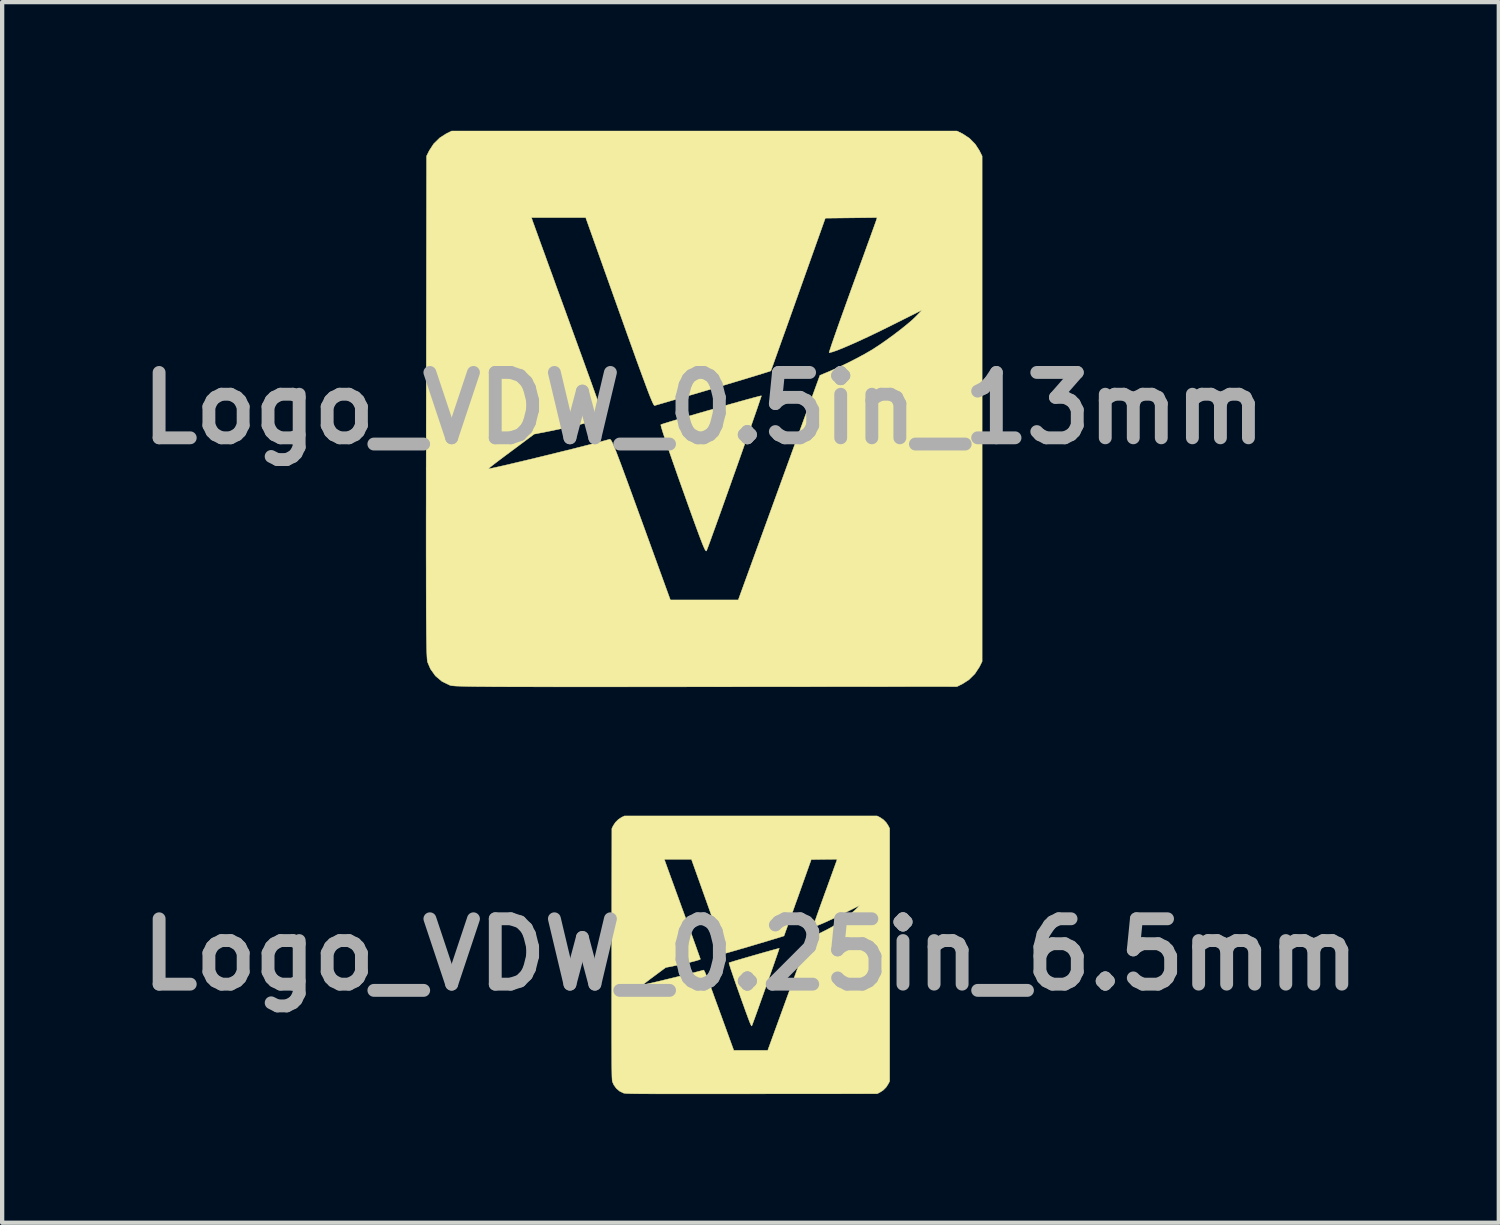
<source format=kicad_pcb>
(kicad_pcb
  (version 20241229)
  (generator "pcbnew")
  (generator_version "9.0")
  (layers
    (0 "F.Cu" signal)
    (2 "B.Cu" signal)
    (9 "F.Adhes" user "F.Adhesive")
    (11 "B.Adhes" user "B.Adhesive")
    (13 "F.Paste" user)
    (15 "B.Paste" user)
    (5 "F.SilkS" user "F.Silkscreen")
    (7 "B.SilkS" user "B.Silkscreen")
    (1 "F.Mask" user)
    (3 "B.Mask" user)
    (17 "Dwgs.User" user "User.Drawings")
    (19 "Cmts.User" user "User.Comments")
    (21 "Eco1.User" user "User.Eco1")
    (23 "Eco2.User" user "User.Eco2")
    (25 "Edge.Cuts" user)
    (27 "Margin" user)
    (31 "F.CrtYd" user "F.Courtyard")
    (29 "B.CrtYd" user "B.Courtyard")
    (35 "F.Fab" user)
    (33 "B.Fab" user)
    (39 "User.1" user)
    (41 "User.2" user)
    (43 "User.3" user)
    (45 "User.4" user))
  (footprint "Logo_VDW_0.5in_13mm"
    (layer "F.Cu")
    (at 13.36 6.469)
    (property "Reference" "Logo_VDW_0.5in_13mm" (at 0 0 0) (layer "F.Fab") (effects (font (size 1.524 1.524) (thickness 0.3))))
    (attr through_hole)
    (fp_poly (pts (xy 1.337 -0.266) (xy 1.314 -0.198) (xy 1.278 -0.091) (xy 1.23 0.05) (xy 1.17 0.221) (xy 1.102 0.417) (xy 1.026 0.634) (xy 0.944 0.867) (xy 0.858 1.112) (xy 0.769 1.364) (xy 0.678 1.619) (xy 0.589 1.871) (xy 0.501 2.118) (xy 0.417 2.354) (xy 0.338 2.574) (xy 0.266 2.775) (xy 0.202 2.951) (xy 0.149 3.099) (xy 0.107 3.213) (xy 0.078 3.289) (xy 0.065 3.322) (xy 0.057 3.329) (xy 0.046 3.323) (xy 0.031 3.301) (xy 0.01 3.259) (xy -0.018 3.194) (xy -0.054 3.103) (xy -0.1 2.983) (xy -0.156 2.831) (xy -0.225 2.643) (xy -0.307 2.416) (xy -0.403 2.147) (xy -0.494 1.892) (xy -0.6 1.595) (xy -0.695 1.323) (xy -0.78 1.08) (xy -0.852 0.869) (xy -0.911 0.692) (xy -0.957 0.552) (xy -0.987 0.452) (xy -1.001 0.396) (xy -1.001 0.383) (xy -0.973 0.372) (xy -0.902 0.349) (xy -0.794 0.316) (xy -0.656 0.274) (xy -0.491 0.226) (xy -0.308 0.172) (xy -0.11 0.114) (xy 0.095 0.055) (xy 0.302 -0.004) (xy 0.506 -0.063) (xy 0.7 -0.118) (xy 0.879 -0.168) (xy 1.037 -0.212) (xy 1.168 -0.247) (xy 1.267 -0.273) (xy 1.327 -0.288) (xy 1.344 -0.29) (xy 1.337 -0.266)) (stroke (width 0.01) (type solid)) (fill yes) (layer "F.SilkS"))
    (fp_poly (pts (xy 6.032 -6.401) (xy 6.192 -6.297) (xy 6.331 -6.156) (xy 6.427 -6.007) (xy 6.49 -5.88) (xy 6.49 5.905) (xy 6.427 6.032) (xy 6.322 6.192) (xy 6.182 6.331) (xy 6.032 6.427) (xy 5.905 6.49) (xy 0.051 6.495) (xy -0.597 6.496) (xy -1.196 6.496) (xy -1.748 6.496) (xy -2.255 6.497) (xy -2.719 6.497) (xy -3.141 6.497) (xy -3.525 6.496) (xy -3.871 6.496) (xy -4.182 6.495) (xy -4.46 6.495) (xy -4.706 6.494) (xy -4.923 6.493) (xy -5.112 6.491) (xy -5.275 6.49) (xy -5.415 6.488) (xy -5.533 6.486) (xy -5.631 6.483) (xy -5.711 6.48) (xy -5.775 6.478) (xy -5.825 6.474) (xy -5.863 6.471) (xy -5.891 6.467) (xy -5.91 6.462) (xy -5.918 6.46) (xy -6.104 6.37) (xy -6.257 6.241) (xy -6.373 6.078) (xy -6.437 5.929) (xy -6.442 5.912) (xy -6.446 5.889) (xy -6.45 5.856) (xy -6.453 5.813) (xy -6.456 5.758) (xy -6.459 5.688) (xy -6.462 5.602) (xy -6.464 5.498) (xy -6.466 5.373) (xy -6.468 5.226) (xy -6.469 5.055) (xy -6.471 4.858) (xy -6.472 4.633) (xy -6.472 4.378) (xy -6.473 4.091) (xy -6.473 3.77) (xy -6.474 3.413) (xy -6.474 3.018) (xy -6.474 2.584) (xy -6.473 2.108) (xy -6.473 1.588) (xy -6.473 1.411) (xy -5.023 1.411) (xy -4.996 1.409) (xy -4.925 1.395) (xy -4.816 1.371) (xy -4.673 1.339) (xy -4.502 1.299) (xy -4.308 1.253) (xy -4.097 1.203) (xy -3.873 1.149) (xy -3.643 1.093) (xy -3.412 1.036) (xy -3.184 0.98) (xy -2.965 0.925) (xy -2.761 0.873) (xy -2.576 0.826) (xy -2.416 0.784) (xy -2.287 0.749) (xy -2.197 0.724) (xy -2.186 0.724) (xy -2.175 0.732) (xy -2.16 0.751) (xy -2.141 0.784) (xy -2.117 0.834) (xy -2.087 0.905) (xy -2.049 0.998) (xy -2.003 1.118) (xy -1.946 1.268) (xy -1.879 1.449) (xy -1.799 1.666) (xy -1.705 1.922) (xy -1.597 2.219) (xy -1.473 2.56) (xy -1.462 2.589) (xy -0.779 4.47) (xy 0.804 4.47) (xy 1.756 1.852) (xy 2.708 -0.767) (xy 2.935 -0.862) (xy 3.135 -0.951) (xy 3.35 -1.053) (xy 3.566 -1.163) (xy 3.765 -1.271) (xy 3.934 -1.369) (xy 3.946 -1.377) (xy 4.099 -1.477) (xy 4.264 -1.592) (xy 4.433 -1.715) (xy 4.596 -1.839) (xy 4.743 -1.958) (xy 4.865 -2.062) (xy 4.94 -2.134) (xy 5.093 -2.291) (xy 4.293 -1.891) (xy 4.055 -1.774) (xy 3.826 -1.665) (xy 3.613 -1.566) (xy 3.418 -1.479) (xy 3.248 -1.406) (xy 3.108 -1.35) (xy 3.001 -1.313) (xy 2.933 -1.296) (xy 2.923 -1.295) (xy 2.928 -1.319) (xy 2.949 -1.385) (xy 2.984 -1.492) (xy 3.033 -1.634) (xy 3.094 -1.808) (xy 3.165 -2.01) (xy 3.246 -2.235) (xy 3.334 -2.48) (xy 3.428 -2.741) (xy 3.454 -2.813) (xy 3.551 -3.079) (xy 3.643 -3.333) (xy 3.729 -3.568) (xy 3.806 -3.783) (xy 3.875 -3.972) (xy 3.932 -4.13) (xy 3.977 -4.255) (xy 4.008 -4.341) (xy 4.023 -4.385) (xy 4.024 -4.388) (xy 4.042 -4.446) (xy 3.438 -4.439) (xy 2.834 -4.432) (xy 2.201 -2.654) (xy 2.099 -2.367) (xy 2.002 -2.094) (xy 1.911 -1.839) (xy 1.827 -1.606) (xy 1.753 -1.398) (xy 1.689 -1.219) (xy 1.637 -1.073) (xy 1.598 -0.964) (xy 1.573 -0.895) (xy 1.563 -0.871) (xy 1.563 -0.871) (xy 1.538 -0.861) (xy 1.47 -0.84) (xy 1.365 -0.807) (xy 1.228 -0.765) (xy 1.065 -0.715) (xy 0.883 -0.66) (xy 0.686 -0.601) (xy 0.48 -0.539) (xy 0.272 -0.477) (xy 0.066 -0.416) (xy -0.13 -0.358) (xy -0.313 -0.305) (xy -0.475 -0.257) (xy -0.495 -0.252) (xy -0.665 -0.203) (xy -0.819 -0.158) (xy -0.952 -0.119) (xy -1.056 -0.089) (xy -1.123 -0.069) (xy -1.146 -0.063) (xy -1.155 -0.067) (xy -1.17 -0.088) (xy -1.19 -0.127) (xy -1.216 -0.187) (xy -1.251 -0.27) (xy -1.294 -0.38) (xy -1.346 -0.519) (xy -1.409 -0.689) (xy -1.484 -0.893) (xy -1.572 -1.134) (xy -1.672 -1.414) (xy -1.788 -1.736) (xy -1.918 -2.102) (xy -1.97 -2.247) (xy -2.753 -4.445) (xy -3.385 -4.445) (xy -4.017 -4.445) (xy -3.999 -4.388) (xy -3.988 -4.356) (xy -3.96 -4.28) (xy -3.918 -4.163) (xy -3.862 -4.009) (xy -3.794 -3.82) (xy -3.714 -3.601) (xy -3.625 -3.354) (xy -3.526 -3.084) (xy -3.421 -2.792) (xy -3.308 -2.484) (xy -3.191 -2.162) (xy -3.159 -2.074) (xy -3.041 -1.749) (xy -2.928 -1.438) (xy -2.821 -1.144) (xy -2.722 -0.869) (xy -2.631 -0.618) (xy -2.551 -0.394) (xy -2.481 -0.199) (xy -2.424 -0.039) (xy -2.38 0.086) (xy -2.351 0.17) (xy -2.337 0.21) (xy -2.337 0.214) (xy -2.361 0.23) (xy -2.428 0.254) (xy -2.533 0.286) (xy -2.669 0.323) (xy -2.83 0.364) (xy -3.009 0.407) (xy -3.201 0.45) (xy -3.4 0.493) (xy -3.589 0.532) (xy -3.954 0.603) (xy -4.492 1.004) (xy -4.635 1.11) (xy -4.764 1.207) (xy -4.872 1.289) (xy -4.955 1.354) (xy -5.007 1.396) (xy -5.023 1.411) (xy -6.473 1.411) (xy -6.472 1.023) (xy -6.472 0.411) (xy -6.471 -0.038) (xy -6.464 -5.88) (xy -6.401 -6.007) (xy -6.297 -6.167) (xy -6.156 -6.305) (xy -6.007 -6.401) (xy -5.88 -6.464) (xy 5.905 -6.464) (xy 6.032 -6.401)) (stroke (width 0.01) (type solid)) (fill yes) (layer "F.SilkS")))
  (footprint "Logo_VDW_0.25in_6.5mm"
    (layer "F.Cu")
    (at 14.449 19.208)
    (property "Reference" "Logo_VDW_0.25in_6.5mm" (at 0 0 0) (layer "F.Fab") (effects (font (size 1.524 1.524) (thickness 0.3))))
    (attr through_hole)
    (fp_poly (pts (xy 0.668 -0.133) (xy 0.657 -0.099) (xy 0.639 -0.045) (xy 0.615 0.025) (xy 0.585 0.11) (xy 0.551 0.209) (xy 0.513 0.317) (xy 0.472 0.433) (xy 0.429 0.556) (xy 0.384 0.682) (xy 0.339 0.809) (xy 0.294 0.936) (xy 0.25 1.059) (xy 0.208 1.177) (xy 0.169 1.287) (xy 0.133 1.387) (xy 0.101 1.476) (xy 0.074 1.549) (xy 0.053 1.606) (xy 0.039 1.644) (xy 0.032 1.661) (xy 0.029 1.664) (xy 0.023 1.661) (xy 0.016 1.65) (xy 0.005 1.629) (xy -0.009 1.597) (xy -0.027 1.552) (xy -0.05 1.492) (xy -0.078 1.415) (xy -0.113 1.321) (xy -0.153 1.208) (xy -0.202 1.073) (xy -0.247 0.946) (xy -0.3 0.797) (xy -0.348 0.662) (xy -0.39 0.54) (xy -0.426 0.434) (xy -0.456 0.346) (xy -0.478 0.276) (xy -0.493 0.226) (xy -0.501 0.198) (xy -0.501 0.192) (xy -0.487 0.186) (xy -0.451 0.175) (xy -0.397 0.158) (xy -0.328 0.137) (xy -0.246 0.113) (xy -0.154 0.086) (xy -0.055 0.057) (xy 0.047 0.028) (xy 0.151 -0.002) (xy 0.253 -0.031) (xy 0.35 -0.059) (xy 0.44 -0.084) (xy 0.519 -0.106) (xy 0.584 -0.124) (xy 0.633 -0.137) (xy 0.663 -0.144) (xy 0.672 -0.145) (xy 0.668 -0.133)) (stroke (width 0.01) (type solid)) (fill yes) (layer "F.SilkS"))
    (fp_poly (pts (xy 3.016 -3.201) (xy 3.096 -3.148) (xy 3.165 -3.078) (xy 3.213 -3.004) (xy 3.245 -2.94) (xy 3.245 2.953) (xy 3.213 3.016) (xy 3.161 3.096) (xy 3.091 3.165) (xy 3.016 3.213) (xy 2.953 3.245) (xy 0.025 3.247) (xy -0.298 3.248) (xy -0.598 3.248) (xy -0.874 3.248) (xy -1.127 3.248) (xy -1.359 3.248) (xy -1.571 3.248) (xy -1.762 3.248) (xy -1.936 3.248) (xy -2.091 3.248) (xy -2.23 3.247) (xy -2.353 3.247) (xy -2.461 3.246) (xy -2.556 3.246) (xy -2.637 3.245) (xy -2.707 3.244) (xy -2.766 3.243) (xy -2.815 3.242) (xy -2.855 3.24) (xy -2.887 3.239) (xy -2.913 3.237) (xy -2.932 3.235) (xy -2.945 3.233) (xy -2.955 3.231) (xy -2.959 3.23) (xy -3.052 3.185) (xy -3.128 3.12) (xy -3.187 3.039) (xy -3.219 2.965) (xy -3.221 2.956) (xy -3.223 2.944) (xy -3.225 2.928) (xy -3.227 2.907) (xy -3.228 2.879) (xy -3.23 2.844) (xy -3.231 2.801) (xy -3.232 2.749) (xy -3.233 2.687) (xy -3.234 2.613) (xy -3.235 2.528) (xy -3.235 2.429) (xy -3.236 2.317) (xy -3.236 2.189) (xy -3.237 2.045) (xy -3.237 1.885) (xy -3.237 1.707) (xy -3.237 1.509) (xy -3.237 1.292) (xy -3.237 1.054) (xy -3.236 0.794) (xy -3.236 0.706) (xy -2.512 0.706) (xy -2.498 0.704) (xy -2.463 0.697) (xy -2.408 0.685) (xy -2.336 0.669) (xy -2.251 0.649) (xy -2.154 0.627) (xy -2.048 0.601) (xy -1.937 0.574) (xy -1.822 0.546) (xy -1.706 0.518) (xy -1.592 0.49) (xy -1.482 0.462) (xy -1.38 0.437) (xy -1.288 0.413) (xy -1.208 0.392) (xy -1.143 0.375) (xy -1.098 0.362) (xy -1.093 0.362) (xy -1.087 0.366) (xy -1.08 0.375) (xy -1.071 0.392) (xy -1.059 0.417) (xy -1.044 0.452) (xy -1.025 0.499) (xy -1.001 0.559) (xy -0.973 0.634) (xy -0.939 0.725) (xy -0.899 0.833) (xy -0.853 0.961) (xy -0.799 1.109) (xy -0.736 1.28) (xy -0.731 1.295) (xy -0.389 2.235) (xy 0.402 2.235) (xy 1.354 -0.383) (xy 1.468 -0.431) (xy 1.568 -0.475) (xy 1.675 -0.527) (xy 1.783 -0.581) (xy 1.883 -0.635) (xy 1.967 -0.685) (xy 1.973 -0.689) (xy 2.049 -0.738) (xy 2.132 -0.796) (xy 2.216 -0.857) (xy 2.298 -0.92) (xy 2.371 -0.979) (xy 2.432 -1.031) (xy 2.47 -1.067) (xy 2.546 -1.145) (xy 2.146 -0.946) (xy 2.027 -0.887) (xy 1.913 -0.832) (xy 1.806 -0.783) (xy 1.709 -0.739) (xy 1.624 -0.703) (xy 1.554 -0.675) (xy 1.5 -0.656) (xy 1.467 -0.648) (xy 1.462 -0.648) (xy 1.464 -0.659) (xy 1.474 -0.693) (xy 1.492 -0.746) (xy 1.517 -0.817) (xy 1.547 -0.904) (xy 1.583 -1.005) (xy 1.623 -1.118) (xy 1.667 -1.24) (xy 1.714 -1.37) (xy 1.727 -1.407) (xy 1.776 -1.54) (xy 1.821 -1.666) (xy 1.864 -1.784) (xy 1.903 -1.891) (xy 1.937 -1.986) (xy 1.966 -2.065) (xy 1.988 -2.127) (xy 2.004 -2.171) (xy 2.012 -2.192) (xy 2.012 -2.194) (xy 2.021 -2.223) (xy 1.719 -2.22) (xy 1.417 -2.216) (xy 1.101 -1.327) (xy 1.049 -1.184) (xy 1.001 -1.047) (xy 0.955 -0.92) (xy 0.914 -0.803) (xy 0.876 -0.699) (xy 0.845 -0.61) (xy 0.818 -0.537) (xy 0.799 -0.482) (xy 0.786 -0.448) (xy 0.782 -0.435) (xy 0.782 -0.435) (xy 0.769 -0.431) (xy 0.735 -0.42) (xy 0.682 -0.403) (xy 0.614 -0.382) (xy 0.533 -0.358) (xy 0.441 -0.33) (xy 0.343 -0.3) (xy 0.24 -0.27) (xy 0.136 -0.239) (xy 0.033 -0.208) (xy -0.065 -0.179) (xy -0.156 -0.152) (xy -0.238 -0.129) (xy -0.248 -0.126) (xy -0.332 -0.101) (xy -0.41 -0.079) (xy -0.476 -0.06) (xy -0.528 -0.045) (xy -0.562 -0.035) (xy -0.573 -0.031) (xy -0.578 -0.034) (xy -0.585 -0.044) (xy -0.595 -0.063) (xy -0.608 -0.093) (xy -0.625 -0.135) (xy -0.647 -0.19) (xy -0.673 -0.26) (xy -0.705 -0.345) (xy -0.742 -0.447) (xy -0.786 -0.567) (xy -0.836 -0.707) (xy -0.894 -0.868) (xy -0.959 -1.051) (xy -0.985 -1.124) (xy -1.377 -2.223) (xy -1.693 -2.223) (xy -2.008 -2.223) (xy -1.999 -2.194) (xy -1.994 -2.178) (xy -1.98 -2.14) (xy -1.959 -2.082) (xy -1.931 -2.004) (xy -1.897 -1.91) (xy -1.857 -1.8) (xy -1.812 -1.677) (xy -1.763 -1.542) (xy -1.71 -1.396) (xy -1.654 -1.242) (xy -1.596 -1.081) (xy -1.579 -1.037) (xy -1.52 -0.875) (xy -1.464 -0.719) (xy -1.411 -0.572) (xy -1.361 -0.435) (xy -1.316 -0.309) (xy -1.275 -0.197) (xy -1.241 -0.1) (xy -1.212 -0.019) (xy -1.19 0.043) (xy -1.175 0.085) (xy -1.169 0.105) (xy -1.168 0.107) (xy -1.18 0.115) (xy -1.214 0.127) (xy -1.266 0.143) (xy -1.334 0.161) (xy -1.415 0.182) (xy -1.505 0.203) (xy -1.601 0.225) (xy -1.7 0.247) (xy -1.795 0.266) (xy -1.977 0.302) (xy -2.246 0.502) (xy -2.318 0.555) (xy -2.382 0.604) (xy -2.436 0.645) (xy -2.477 0.677) (xy -2.503 0.698) (xy -2.512 0.706) (xy -3.236 0.706) (xy -3.236 0.512) (xy -3.236 0.205) (xy -3.236 -0.019) (xy -3.232 -2.94) (xy -3.201 -3.004) (xy -3.148 -3.084) (xy -3.078 -3.153) (xy -3.004 -3.201) (xy -2.94 -3.232) (xy 2.953 -3.232) (xy 3.016 -3.201)) (stroke (width 0.01) (type solid)) (fill yes) (layer "F.SilkS")))
  (gr_rect
    (start -3 -3)
    (end 31.898 25.461)
    (stroke (width 0.1) (type default))
    (fill no)
    (layer "Edge.Cuts")))
</source>
